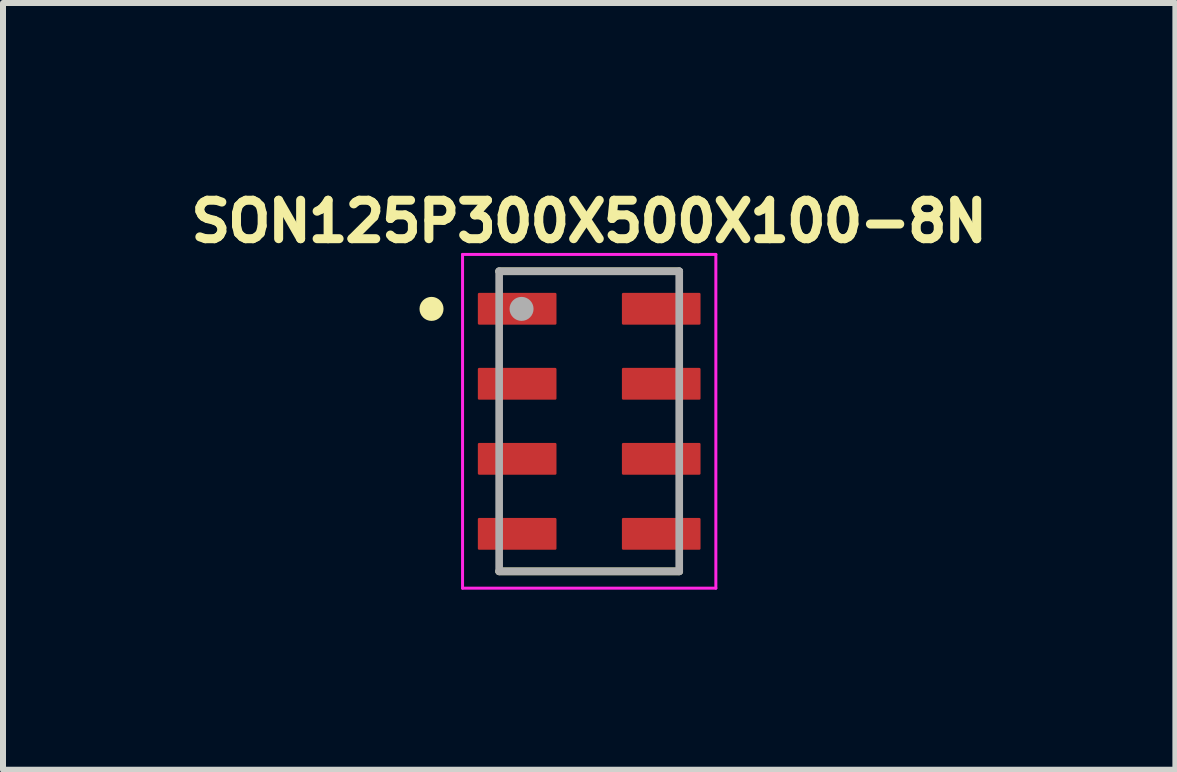
<source format=kicad_pcb>
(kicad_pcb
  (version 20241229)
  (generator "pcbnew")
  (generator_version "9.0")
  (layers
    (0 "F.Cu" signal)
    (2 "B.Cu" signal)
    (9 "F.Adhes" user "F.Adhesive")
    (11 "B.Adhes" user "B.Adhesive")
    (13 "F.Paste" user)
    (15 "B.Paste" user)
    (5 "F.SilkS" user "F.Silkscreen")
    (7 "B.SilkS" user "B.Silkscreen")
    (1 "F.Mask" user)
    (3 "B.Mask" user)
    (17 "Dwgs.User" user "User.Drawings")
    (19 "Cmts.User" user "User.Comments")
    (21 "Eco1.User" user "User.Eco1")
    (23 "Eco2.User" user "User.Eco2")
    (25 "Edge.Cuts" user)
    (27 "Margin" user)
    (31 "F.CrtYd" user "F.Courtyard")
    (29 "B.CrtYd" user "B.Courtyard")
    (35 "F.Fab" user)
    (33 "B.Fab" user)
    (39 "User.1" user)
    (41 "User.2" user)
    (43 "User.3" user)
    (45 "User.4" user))
  (footprint "SON125P300X500X100-8N"
    (layer "F.Cu")
    (at 6.766 3.969)
    (property "Reference" "SON125P300X500X100-8N" (at -0.000003 -3.331 0) (layer "F.SilkS") (effects (font (size 0.641 0.641) (thickness 0.15))))
    (attr smd)
    (fp_line (start -1.5 -2.5) (end 1.5 -2.5) (stroke (width 0.127) (type solid)) (layer "F.SilkS"))
    (fp_line (start -1.5 2.5) (end 1.5 2.5) (stroke (width 0.127) (type solid)) (layer "F.SilkS"))
    (fp_circle (center -2.627 -1.873) (end -2.527 -1.873) (stroke (width 0.2) (type solid)) (fill no) (layer "F.SilkS"))
    (fp_line (start -2.11 -2.78) (end -2.11 2.78) (stroke (width 0.05) (type solid)) (layer "F.CrtYd"))
    (fp_line (start -2.11 2.78) (end 2.11 2.78) (stroke (width 0.05) (type solid)) (layer "F.CrtYd"))
    (fp_line (start 2.11 -2.78) (end -2.11 -2.78) (stroke (width 0.05) (type solid)) (layer "F.CrtYd"))
    (fp_line (start 2.11 2.78) (end 2.11 -2.78) (stroke (width 0.05) (type solid)) (layer "F.CrtYd"))
    (fp_line (start -1.5 -2.5) (end -1.5 2.5) (stroke (width 0.127) (type solid)) (layer "F.Fab"))
    (fp_line (start -1.5 2.5) (end 1.5 2.5) (stroke (width 0.127) (type solid)) (layer "F.Fab"))
    (fp_line (start 1.5 -2.5) (end -1.5 -2.5) (stroke (width 0.127) (type solid)) (layer "F.Fab"))
    (fp_line (start 1.5 2.5) (end 1.5 -2.5) (stroke (width 0.127) (type solid)) (layer "F.Fab"))
    (fp_circle (center -1.127 -1.873) (end -1.027 -1.873) (stroke (width 0.2) (type solid)) (fill no) (layer "F.Fab"))
    (pad "1" smd roundrect (at -1.2 -1.875) (size 1.31 0.53) (layers "F.Cu" "F.Mask" "F.Paste") (roundrect_rratio 0.04))
    (pad "2" smd roundrect (at -1.2 -0.625) (size 1.31 0.53) (layers "F.Cu" "F.Mask" "F.Paste") (roundrect_rratio 0.04))
    (pad "3" smd roundrect (at -1.2 0.625) (size 1.31 0.53) (layers "F.Cu" "F.Mask" "F.Paste") (roundrect_rratio 0.04))
    (pad "4" smd roundrect (at -1.2 1.875) (size 1.31 0.53) (layers "F.Cu" "F.Mask" "F.Paste") (roundrect_rratio 0.04))
    (pad "5" smd roundrect (at 1.2 1.875) (size 1.31 0.53) (layers "F.Cu" "F.Mask" "F.Paste") (roundrect_rratio 0.04))
    (pad "6" smd roundrect (at 1.2 0.625) (size 1.31 0.53) (layers "F.Cu" "F.Mask" "F.Paste") (roundrect_rratio 0.04))
    (pad "7" smd roundrect (at 1.2 -0.625) (size 1.31 0.53) (layers "F.Cu" "F.Mask" "F.Paste") (roundrect_rratio 0.04))
    (pad "8" smd roundrect (at 1.2 -1.875) (size 1.31 0.53) (layers "F.Cu" "F.Mask" "F.Paste") (roundrect_rratio 0.04))
    (zone (net_name "") (layer "F.Cu") (hatch full 0.508) (connect_pads) (min_thickness 0.01) (filled_areas_thickness no) (keepout (tracks not_allowed) (vias not_allowed) (pads not_allowed) (copperpour not_allowed) (footprints allowed)) (placement (enabled no)) (fill) (polygon (pts (xy 4.888 2.531) (xy 8.641 2.531) (xy 8.641 2.905) (xy 4.888 2.905))))
    (zone (net_name "") (layer "F.Cu") (hatch full 0.508) (connect_pads) (min_thickness 0.01) (filled_areas_thickness no) (keepout (tracks not_allowed) (vias not_allowed) (pads not_allowed) (copperpour not_allowed) (footprints allowed)) (placement (enabled no)) (fill) (polygon (pts (xy 4.889 3.781) (xy 8.641 3.781) (xy 8.641 4.157) (xy 4.889 4.157))))
    (zone (net_name "") (layer "F.Cu") (hatch full 0.508) (connect_pads) (min_thickness 0.01) (filled_areas_thickness no) (keepout (tracks not_allowed) (vias not_allowed) (pads not_allowed) (copperpour not_allowed) (footprints allowed)) (placement (enabled no)) (fill) (polygon (pts (xy 4.891 5.031) (xy 8.641 5.031) (xy 8.641 5.407) (xy 4.891 5.407))))
    (zone (net_name "") (layer "F.Cu") (hatch full 0.508) (connect_pads) (min_thickness 0.01) (filled_areas_thickness no) (keepout (tracks not_allowed) (vias not_allowed) (pads not_allowed) (copperpour not_allowed) (footprints allowed)) (placement (enabled no)) (fill) (polygon (pts (xy 6.39 2.064) (xy 7.147 2.064) (xy 7.147 5.905) (xy 6.39 5.905))))
    (zone (net_name "") (layers "F.Cu" "B.Cu") (hatch full 0.508) (connect_pads) (min_thickness 0.01) (filled_areas_thickness no) (keepout (tracks allowed) (vias not_allowed) (pads allowed) (copperpour allowed) (footprints allowed)) (placement (enabled no)) (fill) (polygon (pts (xy 4.889 2.531) (xy 8.641 2.531) (xy 8.641 2.905) (xy 4.889 2.905))))
    (zone (net_name "") (layers "F.Cu" "B.Cu") (hatch full 0.508) (connect_pads) (min_thickness 0.01) (filled_areas_thickness no) (keepout (tracks allowed) (vias not_allowed) (pads allowed) (copperpour allowed) (footprints allowed)) (placement (enabled no)) (fill) (polygon (pts (xy 4.889 5.031) (xy 8.641 5.031) (xy 8.641 5.408) (xy 4.889 5.408))))
    (zone (net_name "") (layers "F.Cu" "B.Cu") (hatch full 0.508) (connect_pads) (min_thickness 0.01) (filled_areas_thickness no) (keepout (tracks allowed) (vias not_allowed) (pads allowed) (copperpour allowed) (footprints allowed)) (placement (enabled no)) (fill) (polygon (pts (xy 4.89 3.781) (xy 8.641 3.781) (xy 8.641 4.157) (xy 4.89 4.157))))
    (zone (net_name "") (layers "F.Cu" "B.Cu") (hatch full 0.508) (connect_pads) (min_thickness 0.01) (filled_areas_thickness no) (keepout (tracks allowed) (vias not_allowed) (pads allowed) (copperpour allowed) (footprints allowed)) (placement (enabled no)) (fill) (polygon (pts (xy 6.391 2.064) (xy 7.147 2.064) (xy 7.147 5.903) (xy 6.391 5.903))))
    (zone (net_name "") (layer "B.Cu") (hatch full 0.508) (connect_pads) (min_thickness 0.01) (filled_areas_thickness no) (keepout (tracks not_allowed) (vias not_allowed) (pads not_allowed) (copperpour not_allowed) (footprints allowed)) (placement (enabled no)) (fill) (polygon (pts (xy 4.889 2.531) (xy 8.641 2.531) (xy 8.641 2.905) (xy 4.889 2.905))))
    (zone (net_name "") (layer "B.Cu") (hatch full 0.508) (connect_pads) (min_thickness 0.01) (filled_areas_thickness no) (keepout (tracks not_allowed) (vias not_allowed) (pads not_allowed) (copperpour not_allowed) (footprints allowed)) (placement (enabled no)) (fill) (polygon (pts (xy 4.889 3.781) (xy 8.641 3.781) (xy 8.641 4.157) (xy 4.889 4.157))))
    (zone (net_name "") (layer "B.Cu") (hatch full 0.508) (connect_pads) (min_thickness 0.01) (filled_areas_thickness no) (keepout (tracks not_allowed) (vias not_allowed) (pads not_allowed) (copperpour not_allowed) (footprints allowed)) (placement (enabled no)) (fill) (polygon (pts (xy 4.889 5.031) (xy 8.641 5.031) (xy 8.641 5.408) (xy 4.889 5.408))))
    (zone (net_name "") (layer "B.Cu") (hatch full 0.508) (connect_pads) (min_thickness 0.01) (filled_areas_thickness no) (keepout (tracks not_allowed) (vias not_allowed) (pads not_allowed) (copperpour not_allowed) (footprints allowed)) (placement (enabled no)) (fill) (polygon (pts (xy 6.39 2.064) (xy 7.147 2.064) (xy 7.147 5.906) (xy 6.39 5.906)))))
  (gr_rect
    (start -3 -3)
    (end 16.532 9.774)
    (stroke (width 0.1) (type default))
    (fill no)
    (layer "Edge.Cuts")))
</source>
